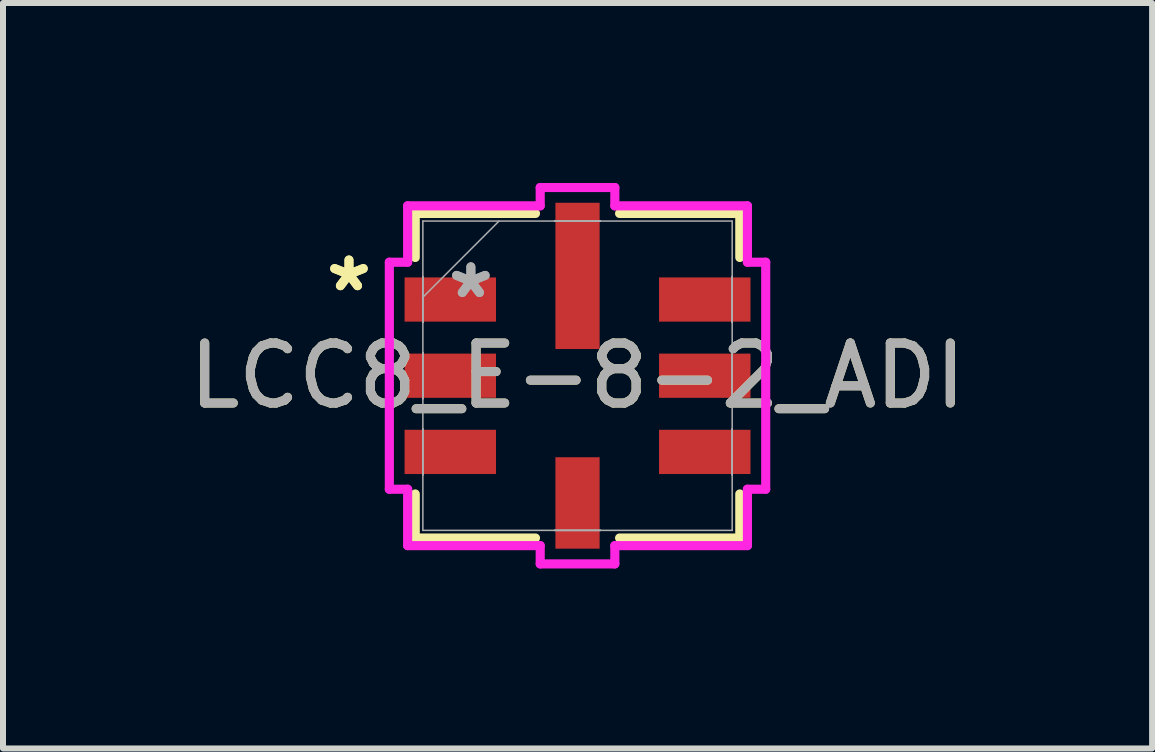
<source format=kicad_pcb>
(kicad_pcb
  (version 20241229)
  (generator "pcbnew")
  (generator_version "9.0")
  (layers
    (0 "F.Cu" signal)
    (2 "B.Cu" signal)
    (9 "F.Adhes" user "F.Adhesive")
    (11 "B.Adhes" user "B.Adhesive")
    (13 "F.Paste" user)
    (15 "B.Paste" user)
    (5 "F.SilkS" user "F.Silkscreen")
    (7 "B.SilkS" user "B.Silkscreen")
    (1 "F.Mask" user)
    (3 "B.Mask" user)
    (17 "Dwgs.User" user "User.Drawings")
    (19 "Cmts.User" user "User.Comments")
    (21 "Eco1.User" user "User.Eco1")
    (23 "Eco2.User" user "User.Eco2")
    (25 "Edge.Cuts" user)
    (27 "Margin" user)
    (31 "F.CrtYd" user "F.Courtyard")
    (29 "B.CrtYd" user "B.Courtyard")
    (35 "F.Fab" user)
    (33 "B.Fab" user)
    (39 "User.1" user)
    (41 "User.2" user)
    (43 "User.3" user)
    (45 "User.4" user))
  (footprint "LCC8_E-8-2_ADI"
    (layer "F.Cu")
    (at 6.577 3.213)
    (property "Reference" "LCC8_E-8-2_ADI" (at 0 0 0) (unlocked yes) (layer "F.SilkS") (effects (font (size 1 1) (thickness 0.15))))
    (attr smd)
    (fp_line (start -2.705 -2.705) (end -2.705 -1.971) (stroke (width 0.152) (type solid)) (layer "F.SilkS"))
    (fp_line (start -2.705 1.971) (end -2.705 2.705) (stroke (width 0.152) (type solid)) (layer "F.SilkS"))
    (fp_line (start -2.705 2.705) (end -0.701 2.705) (stroke (width 0.152) (type solid)) (layer "F.SilkS"))
    (fp_line (start -0.701 -2.705) (end -2.705 -2.705) (stroke (width 0.152) (type solid)) (layer "F.SilkS"))
    (fp_line (start 0.701 2.705) (end 2.705 2.705) (stroke (width 0.152) (type solid)) (layer "F.SilkS"))
    (fp_line (start 2.705 -2.705) (end 0.701 -2.705) (stroke (width 0.152) (type solid)) (layer "F.SilkS"))
    (fp_line (start 2.705 -1.971) (end 2.705 -2.705) (stroke (width 0.152) (type solid)) (layer "F.SilkS"))
    (fp_line (start 2.705 2.705) (end 2.705 1.971) (stroke (width 0.152) (type solid)) (layer "F.SilkS"))
    (fp_line (start -3.137 -1.892) (end -2.832 -1.892) (stroke (width 0.152) (type solid)) (layer "F.CrtYd"))
    (fp_line (start -3.137 1.892) (end -3.137 -1.892) (stroke (width 0.152) (type solid)) (layer "F.CrtYd"))
    (fp_line (start -3.137 1.892) (end -2.832 1.892) (stroke (width 0.152) (type solid)) (layer "F.CrtYd"))
    (fp_line (start -2.832 -2.832) (end -0.622 -2.832) (stroke (width 0.152) (type solid)) (layer "F.CrtYd"))
    (fp_line (start -2.832 -1.892) (end -2.832 -2.832) (stroke (width 0.152) (type solid)) (layer "F.CrtYd"))
    (fp_line (start -2.832 2.832) (end -2.832 1.892) (stroke (width 0.152) (type solid)) (layer "F.CrtYd"))
    (fp_line (start -0.622 -3.137) (end 0.622 -3.137) (stroke (width 0.152) (type solid)) (layer "F.CrtYd"))
    (fp_line (start -0.622 -2.832) (end -0.622 -3.137) (stroke (width 0.152) (type solid)) (layer "F.CrtYd"))
    (fp_line (start -0.622 2.832) (end -2.832 2.832) (stroke (width 0.152) (type solid)) (layer "F.CrtYd"))
    (fp_line (start -0.622 3.137) (end -0.622 2.832) (stroke (width 0.152) (type solid)) (layer "F.CrtYd"))
    (fp_line (start 0.622 -3.137) (end 0.622 -2.832) (stroke (width 0.152) (type solid)) (layer "F.CrtYd"))
    (fp_line (start 0.622 -2.832) (end 2.832 -2.832) (stroke (width 0.152) (type solid)) (layer "F.CrtYd"))
    (fp_line (start 0.622 2.832) (end 0.622 3.137) (stroke (width 0.152) (type solid)) (layer "F.CrtYd"))
    (fp_line (start 0.622 3.137) (end -0.622 3.137) (stroke (width 0.152) (type solid)) (layer "F.CrtYd"))
    (fp_line (start 2.832 -2.832) (end 2.832 -1.892) (stroke (width 0.152) (type solid)) (layer "F.CrtYd"))
    (fp_line (start 2.832 -1.892) (end 3.137 -1.892) (stroke (width 0.152) (type solid)) (layer "F.CrtYd"))
    (fp_line (start 2.832 1.892) (end 2.832 2.832) (stroke (width 0.152) (type solid)) (layer "F.CrtYd"))
    (fp_line (start 2.832 2.832) (end 0.622 2.832) (stroke (width 0.152) (type solid)) (layer "F.CrtYd"))
    (fp_line (start 3.137 -1.892) (end 3.137 1.892) (stroke (width 0.152) (type solid)) (layer "F.CrtYd"))
    (fp_line (start 3.137 1.892) (end 2.832 1.892) (stroke (width 0.152) (type solid)) (layer "F.CrtYd"))
    (fp_line (start -2.578 -2.578) (end -2.578 2.578) (stroke (width 0.025) (type solid)) (layer "F.Fab"))
    (fp_line (start -2.578 -1.651) (end -2.578 -1.651) (stroke (width 0.025) (type solid)) (layer "F.Fab"))
    (fp_line (start -2.578 -1.651) (end -2.578 -0.889) (stroke (width 0.025) (type solid)) (layer "F.Fab"))
    (fp_line (start -2.578 -1.308) (end -1.308 -2.578) (stroke (width 0.025) (type solid)) (layer "F.Fab"))
    (fp_line (start -2.578 -0.889) (end -2.578 -1.651) (stroke (width 0.025) (type solid)) (layer "F.Fab"))
    (fp_line (start -2.578 -0.889) (end -2.578 -0.889) (stroke (width 0.025) (type solid)) (layer "F.Fab"))
    (fp_line (start -2.578 -0.381) (end -2.578 -0.381) (stroke (width 0.025) (type solid)) (layer "F.Fab"))
    (fp_line (start -2.578 -0.381) (end -2.578 0.381) (stroke (width 0.025) (type solid)) (layer "F.Fab"))
    (fp_line (start -2.578 0.381) (end -2.578 -0.381) (stroke (width 0.025) (type solid)) (layer "F.Fab"))
    (fp_line (start -2.578 0.381) (end -2.578 0.381) (stroke (width 0.025) (type solid)) (layer "F.Fab"))
    (fp_line (start -2.578 0.889) (end -2.578 0.889) (stroke (width 0.025) (type solid)) (layer "F.Fab"))
    (fp_line (start -2.578 0.889) (end -2.578 1.651) (stroke (width 0.025) (type solid)) (layer "F.Fab"))
    (fp_line (start -2.578 1.651) (end -2.578 0.889) (stroke (width 0.025) (type solid)) (layer "F.Fab"))
    (fp_line (start -2.578 1.651) (end -2.578 1.651) (stroke (width 0.025) (type solid)) (layer "F.Fab"))
    (fp_line (start -2.578 2.578) (end 2.578 2.578) (stroke (width 0.025) (type solid)) (layer "F.Fab"))
    (fp_line (start -0.381 -2.578) (end -0.381 -2.578) (stroke (width 0.025) (type solid)) (layer "F.Fab"))
    (fp_line (start -0.381 -2.578) (end 0.381 -2.578) (stroke (width 0.025) (type solid)) (layer "F.Fab"))
    (fp_line (start -0.381 2.578) (end -0.381 2.578) (stroke (width 0.025) (type solid)) (layer "F.Fab"))
    (fp_line (start -0.381 2.578) (end 0.381 2.578) (stroke (width 0.025) (type solid)) (layer "F.Fab"))
    (fp_line (start 0.381 -2.578) (end -0.381 -2.578) (stroke (width 0.025) (type solid)) (layer "F.Fab"))
    (fp_line (start 0.381 -2.578) (end 0.381 -2.578) (stroke (width 0.025) (type solid)) (layer "F.Fab"))
    (fp_line (start 0.381 2.578) (end -0.381 2.578) (stroke (width 0.025) (type solid)) (layer "F.Fab"))
    (fp_line (start 0.381 2.578) (end 0.381 2.578) (stroke (width 0.025) (type solid)) (layer "F.Fab"))
    (fp_line (start 2.578 -2.578) (end -2.578 -2.578) (stroke (width 0.025) (type solid)) (layer "F.Fab"))
    (fp_line (start 2.578 -1.651) (end 2.578 -1.651) (stroke (width 0.025) (type solid)) (layer "F.Fab"))
    (fp_line (start 2.578 -1.651) (end 2.578 -0.889) (stroke (width 0.025) (type solid)) (layer "F.Fab"))
    (fp_line (start 2.578 -0.889) (end 2.578 -1.651) (stroke (width 0.025) (type solid)) (layer "F.Fab"))
    (fp_line (start 2.578 -0.889) (end 2.578 -0.889) (stroke (width 0.025) (type solid)) (layer "F.Fab"))
    (fp_line (start 2.578 -0.381) (end 2.578 -0.381) (stroke (width 0.025) (type solid)) (layer "F.Fab"))
    (fp_line (start 2.578 -0.381) (end 2.578 0.381) (stroke (width 0.025) (type solid)) (layer "F.Fab"))
    (fp_line (start 2.578 0.381) (end 2.578 -0.381) (stroke (width 0.025) (type solid)) (layer "F.Fab"))
    (fp_line (start 2.578 0.381) (end 2.578 0.381) (stroke (width 0.025) (type solid)) (layer "F.Fab"))
    (fp_line (start 2.578 0.889) (end 2.578 0.889) (stroke (width 0.025) (type solid)) (layer "F.Fab"))
    (fp_line (start 2.578 0.889) (end 2.578 1.651) (stroke (width 0.025) (type solid)) (layer "F.Fab"))
    (fp_line (start 2.578 1.651) (end 2.578 0.889) (stroke (width 0.025) (type solid)) (layer "F.Fab"))
    (fp_line (start 2.578 1.651) (end 2.578 1.651) (stroke (width 0.025) (type solid)) (layer "F.Fab"))
    (fp_line (start 2.578 2.578) (end 2.578 -2.578) (stroke (width 0.025) (type solid)) (layer "F.Fab"))
    (fp_text user "*" (at -3.81 -1.384 0) (unlocked yes) (layer "F.SilkS") (effects (font (size 1 1) (thickness 0.15))))
    (fp_text user "*" (at -3.81 -1.384 0) (layer "F.SilkS") (effects (font (size 1 1) (thickness 0.15))))
    (fp_text user "*" (at -1.778 -1.27 0) (layer "F.Fab") (effects (font (size 1 1) (thickness 0.15))))
    (fp_text user "*" (at -1.778 -1.27 0) (unlocked yes) (layer "F.Fab") (effects (font (size 1 1) (thickness 0.15))))
    (fp_text user "${REFERENCE}" (at 0 0 0) (unlocked yes) (layer "F.Fab") (effects (font (size 1 1) (thickness 0.15))))
    (pad "1" smd rect (at -2.121 -1.27 90) (size 0.737 1.524) (layers "F.Cu" "F.Mask" "F.Paste"))
    (pad "2" smd rect (at -2.121 0 90) (size 0.737 1.524) (layers "F.Cu" "F.Mask" "F.Paste"))
    (pad "3" smd rect (at -2.121 1.27 90) (size 0.737 1.524) (layers "F.Cu" "F.Mask" "F.Paste"))
    (pad "4" smd rect (at 0 2.121) (size 0.737 1.524) (layers "F.Cu" "F.Mask" "F.Paste"))
    (pad "5" smd rect (at 2.121 1.27 90) (size 0.737 1.524) (layers "F.Cu" "F.Mask" "F.Paste"))
    (pad "6" smd rect (at 2.121 0 90) (size 0.737 1.524) (layers "F.Cu" "F.Mask" "F.Paste"))
    (pad "7" smd rect (at 2.121 -1.27 90) (size 0.737 1.524) (layers "F.Cu" "F.Mask" "F.Paste"))
    (pad "8" smd rect (at 0 -1.664) (size 0.737 2.438) (layers "F.Cu" "F.Mask" "F.Paste")))
  (gr_rect
    (start -3 -3)
    (end 16.155 9.426)
    (stroke (width 0.1) (type default))
    (fill no)
    (layer "Edge.Cuts")))
</source>
